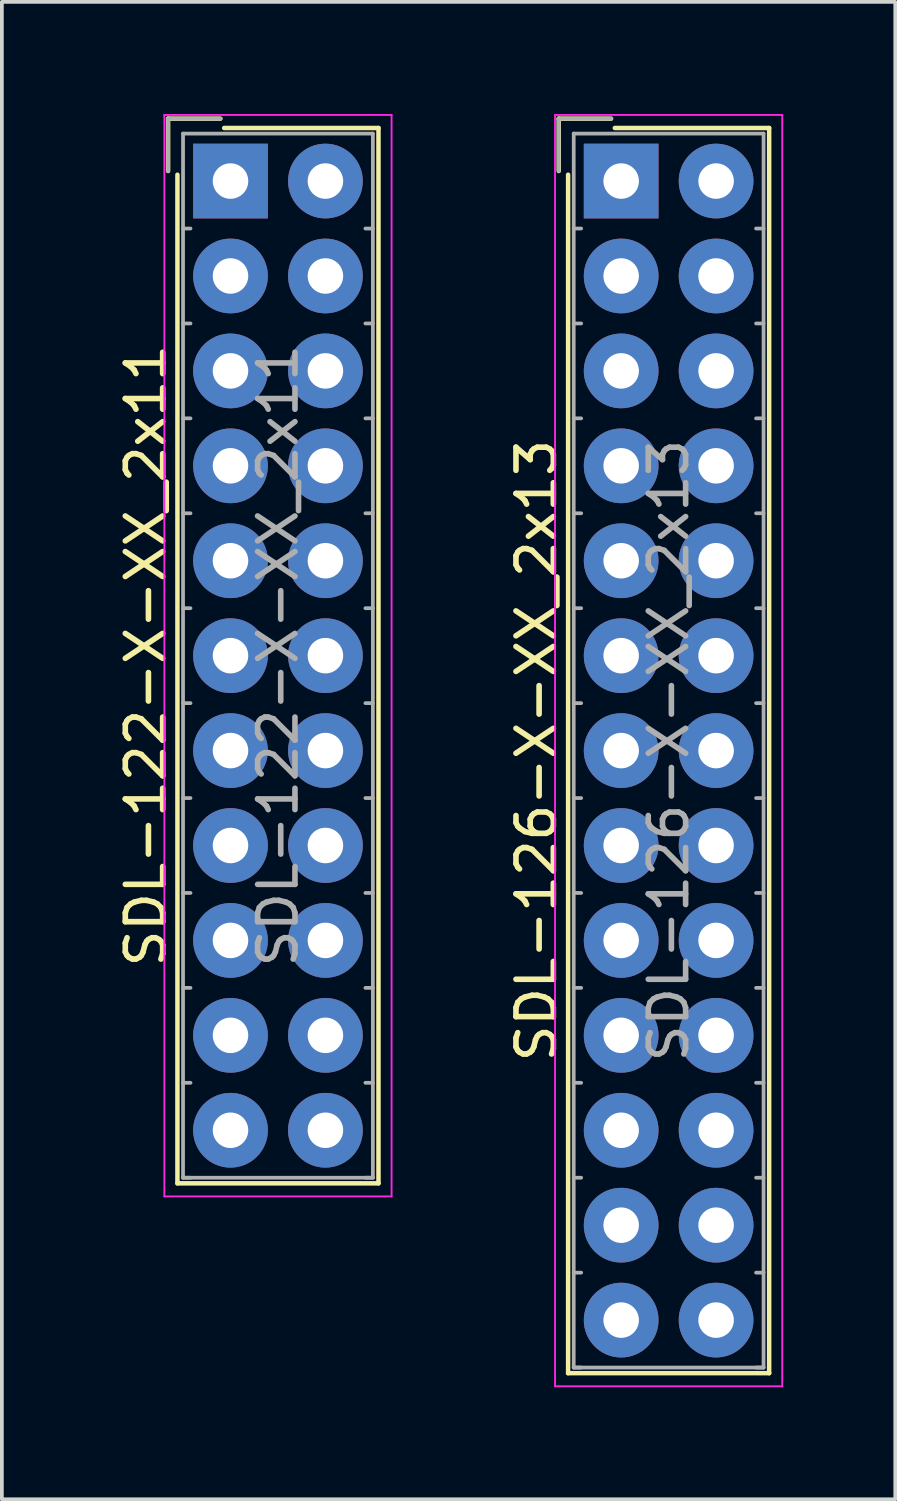
<source format=kicad_pcb>
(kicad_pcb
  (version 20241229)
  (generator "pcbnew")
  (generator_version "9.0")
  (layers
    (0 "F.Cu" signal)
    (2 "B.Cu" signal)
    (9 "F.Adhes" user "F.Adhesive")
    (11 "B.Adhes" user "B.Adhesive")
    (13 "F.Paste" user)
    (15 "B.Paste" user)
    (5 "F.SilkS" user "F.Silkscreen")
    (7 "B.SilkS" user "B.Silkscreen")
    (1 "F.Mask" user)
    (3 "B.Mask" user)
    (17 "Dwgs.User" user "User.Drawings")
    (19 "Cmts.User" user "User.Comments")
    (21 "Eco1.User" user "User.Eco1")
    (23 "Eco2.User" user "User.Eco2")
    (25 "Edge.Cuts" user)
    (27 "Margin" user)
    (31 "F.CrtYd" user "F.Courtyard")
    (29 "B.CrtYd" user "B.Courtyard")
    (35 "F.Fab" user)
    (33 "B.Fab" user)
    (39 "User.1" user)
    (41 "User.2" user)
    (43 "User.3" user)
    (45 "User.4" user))
  (footprint "SDL-122-X-XX_2x11"
    (layer "F.Cu")
    (at 3.118 1.795)
    (property "Reference" "SDL-122-X-XX_2x11" (at -2.27 12.7 90) (layer "F.SilkS") (effects (font (size 1 1) (thickness 0.15))))
    (attr through_hole)
    (fp_line (start -1.67 -1.67) (end -1.67 -0.27) (stroke (width 0.12) (type solid)) (layer "F.SilkS"))
    (fp_line (start -1.42 26.82) (end -1.42 -0.17) (stroke (width 0.12) (type solid)) (layer "F.SilkS"))
    (fp_line (start -0.27 -1.67) (end -1.67 -1.67) (stroke (width 0.12) (type solid)) (layer "F.SilkS"))
    (fp_line (start -0.17 -1.42) (end 3.96 -1.42) (stroke (width 0.12) (type solid)) (layer "F.SilkS"))
    (fp_line (start 3.96 -1.42) (end 3.96 26.82) (stroke (width 0.12) (type solid)) (layer "F.SilkS"))
    (fp_line (start 3.96 26.82) (end -1.42 26.82) (stroke (width 0.12) (type solid)) (layer "F.SilkS"))
    (fp_line (start -1.77 -1.77) (end -1.77 27.17) (stroke (width 0.05) (type solid)) (layer "F.CrtYd"))
    (fp_line (start -1.77 27.17) (end 4.31 27.17) (stroke (width 0.05) (type solid)) (layer "F.CrtYd"))
    (fp_line (start 4.31 -1.77) (end -1.77 -1.77) (stroke (width 0.05) (type solid)) (layer "F.CrtYd"))
    (fp_line (start 4.31 27.17) (end 4.31 -1.77) (stroke (width 0.05) (type solid)) (layer "F.CrtYd"))
    (fp_line (start -1.67 -1.67) (end -1.67 -0.27) (stroke (width 0.1) (type solid)) (layer "F.Fab"))
    (fp_line (start -1.27 -1.27) (end -1.27 26.67) (stroke (width 0.1) (type solid)) (layer "F.Fab"))
    (fp_line (start -1.27 1.27) (end -1.07 1.27) (stroke (width 0.1) (type solid)) (layer "F.Fab"))
    (fp_line (start -1.27 3.81) (end -1.07 3.81) (stroke (width 0.1) (type solid)) (layer "F.Fab"))
    (fp_line (start -1.27 6.35) (end -1.07 6.35) (stroke (width 0.1) (type solid)) (layer "F.Fab"))
    (fp_line (start -1.27 8.89) (end -1.07 8.89) (stroke (width 0.1) (type solid)) (layer "F.Fab"))
    (fp_line (start -1.27 11.43) (end -1.07 11.43) (stroke (width 0.1) (type solid)) (layer "F.Fab"))
    (fp_line (start -1.27 13.97) (end -1.07 13.97) (stroke (width 0.1) (type solid)) (layer "F.Fab"))
    (fp_line (start -1.27 16.51) (end -1.07 16.51) (stroke (width 0.1) (type solid)) (layer "F.Fab"))
    (fp_line (start -1.27 19.05) (end -1.07 19.05) (stroke (width 0.1) (type solid)) (layer "F.Fab"))
    (fp_line (start -1.27 21.59) (end -1.07 21.59) (stroke (width 0.1) (type solid)) (layer "F.Fab"))
    (fp_line (start -1.27 24.13) (end -1.07 24.13) (stroke (width 0.1) (type solid)) (layer "F.Fab"))
    (fp_line (start -1.27 26.67) (end -1.07 26.67) (stroke (width 0.1) (type solid)) (layer "F.Fab"))
    (fp_line (start -1.27 26.67) (end 3.81 26.67) (stroke (width 0.1) (type solid)) (layer "F.Fab"))
    (fp_line (start -0.27 -1.67) (end -1.67 -1.67) (stroke (width 0.1) (type solid)) (layer "F.Fab"))
    (fp_line (start 3.81 -1.27) (end -1.27 -1.27) (stroke (width 0.1) (type solid)) (layer "F.Fab"))
    (fp_line (start 3.81 1.27) (end 3.61 1.27) (stroke (width 0.1) (type solid)) (layer "F.Fab"))
    (fp_line (start 3.81 3.81) (end 3.61 3.81) (stroke (width 0.1) (type solid)) (layer "F.Fab"))
    (fp_line (start 3.81 6.35) (end 3.61 6.35) (stroke (width 0.1) (type solid)) (layer "F.Fab"))
    (fp_line (start 3.81 8.89) (end 3.61 8.89) (stroke (width 0.1) (type solid)) (layer "F.Fab"))
    (fp_line (start 3.81 11.43) (end 3.61 11.43) (stroke (width 0.1) (type solid)) (layer "F.Fab"))
    (fp_line (start 3.81 13.97) (end 3.61 13.97) (stroke (width 0.1) (type solid)) (layer "F.Fab"))
    (fp_line (start 3.81 16.51) (end 3.61 16.51) (stroke (width 0.1) (type solid)) (layer "F.Fab"))
    (fp_line (start 3.81 19.05) (end 3.61 19.05) (stroke (width 0.1) (type solid)) (layer "F.Fab"))
    (fp_line (start 3.81 21.59) (end 3.61 21.59) (stroke (width 0.1) (type solid)) (layer "F.Fab"))
    (fp_line (start 3.81 24.13) (end 3.61 24.13) (stroke (width 0.1) (type solid)) (layer "F.Fab"))
    (fp_line (start 3.81 26.67) (end 3.61 26.67) (stroke (width 0.1) (type solid)) (layer "F.Fab"))
    (fp_line (start 3.81 26.67) (end 3.81 -1.27) (stroke (width 0.1) (type solid)) (layer "F.Fab"))
    (fp_text user "${REFERENCE}" (at 1.27 12.7 90) (layer "F.Fab") (effects (font (size 1 1) (thickness 0.15))))
    (pad "1" thru_hole rect (at 0 0) (size 2 2) (drill 0.95) (layers "*.Cu" "*.Mask"))
    (pad "2" thru_hole circle (at 2.54 0) (size 2 2) (drill 0.95) (layers "*.Cu" "*.Mask"))
    (pad "3" thru_hole circle (at 0 2.54) (size 2 2) (drill 0.95) (layers "*.Cu" "*.Mask"))
    (pad "4" thru_hole circle (at 2.54 2.54) (size 2 2) (drill 0.95) (layers "*.Cu" "*.Mask"))
    (pad "5" thru_hole circle (at 0 5.08) (size 2 2) (drill 0.95) (layers "*.Cu" "*.Mask"))
    (pad "6" thru_hole circle (at 2.54 5.08) (size 2 2) (drill 0.95) (layers "*.Cu" "*.Mask"))
    (pad "7" thru_hole circle (at 0 7.62) (size 2 2) (drill 0.95) (layers "*.Cu" "*.Mask"))
    (pad "8" thru_hole circle (at 2.54 7.62) (size 2 2) (drill 0.95) (layers "*.Cu" "*.Mask"))
    (pad "9" thru_hole circle (at 0 10.16) (size 2 2) (drill 0.95) (layers "*.Cu" "*.Mask"))
    (pad "10" thru_hole circle (at 2.54 10.16) (size 2 2) (drill 0.95) (layers "*.Cu" "*.Mask"))
    (pad "11" thru_hole circle (at 0 12.7) (size 2 2) (drill 0.95) (layers "*.Cu" "*.Mask"))
    (pad "12" thru_hole circle (at 2.54 12.7) (size 2 2) (drill 0.95) (layers "*.Cu" "*.Mask"))
    (pad "13" thru_hole circle (at 0 15.24) (size 2 2) (drill 0.95) (layers "*.Cu" "*.Mask"))
    (pad "14" thru_hole circle (at 2.54 15.24) (size 2 2) (drill 0.95) (layers "*.Cu" "*.Mask"))
    (pad "15" thru_hole circle (at 0 17.78) (size 2 2) (drill 0.95) (layers "*.Cu" "*.Mask"))
    (pad "16" thru_hole circle (at 2.54 17.78) (size 2 2) (drill 0.95) (layers "*.Cu" "*.Mask"))
    (pad "17" thru_hole circle (at 0 20.32) (size 2 2) (drill 0.95) (layers "*.Cu" "*.Mask"))
    (pad "18" thru_hole circle (at 2.54 20.32) (size 2 2) (drill 0.95) (layers "*.Cu" "*.Mask"))
    (pad "19" thru_hole circle (at 0 22.86) (size 2 2) (drill 0.95) (layers "*.Cu" "*.Mask"))
    (pad "20" thru_hole circle (at 2.54 22.86) (size 2 2) (drill 0.95) (layers "*.Cu" "*.Mask"))
    (pad "21" thru_hole circle (at 0 25.4) (size 2 2) (drill 0.95) (layers "*.Cu" "*.Mask"))
    (pad "22" thru_hole circle (at 2.54 25.4) (size 2 2) (drill 0.95) (layers "*.Cu" "*.Mask")))
  (footprint "SDL-126-X-XX_2x13"
    (layer "F.Cu")
    (at 13.572 1.795)
    (property "Reference" "SDL-126-X-XX_2x13" (at -2.27 15.24 90) (layer "F.SilkS") (effects (font (size 1 1) (thickness 0.15))))
    (attr through_hole)
    (fp_line (start -1.67 -1.67) (end -1.67 -0.27) (stroke (width 0.12) (type solid)) (layer "F.SilkS"))
    (fp_line (start -1.42 31.9) (end -1.42 -0.17) (stroke (width 0.12) (type solid)) (layer "F.SilkS"))
    (fp_line (start -0.27 -1.67) (end -1.67 -1.67) (stroke (width 0.12) (type solid)) (layer "F.SilkS"))
    (fp_line (start -0.17 -1.42) (end 3.96 -1.42) (stroke (width 0.12) (type solid)) (layer "F.SilkS"))
    (fp_line (start 3.96 -1.42) (end 3.96 31.9) (stroke (width 0.12) (type solid)) (layer "F.SilkS"))
    (fp_line (start 3.96 31.9) (end -1.42 31.9) (stroke (width 0.12) (type solid)) (layer "F.SilkS"))
    (fp_line (start -1.77 -1.77) (end -1.77 32.25) (stroke (width 0.05) (type solid)) (layer "F.CrtYd"))
    (fp_line (start -1.77 32.25) (end 4.31 32.25) (stroke (width 0.05) (type solid)) (layer "F.CrtYd"))
    (fp_line (start 4.31 -1.77) (end -1.77 -1.77) (stroke (width 0.05) (type solid)) (layer "F.CrtYd"))
    (fp_line (start 4.31 32.25) (end 4.31 -1.77) (stroke (width 0.05) (type solid)) (layer "F.CrtYd"))
    (fp_line (start -1.67 -1.67) (end -1.67 -0.27) (stroke (width 0.1) (type solid)) (layer "F.Fab"))
    (fp_line (start -1.27 -1.27) (end -1.27 31.75) (stroke (width 0.1) (type solid)) (layer "F.Fab"))
    (fp_line (start -1.27 1.27) (end -1.07 1.27) (stroke (width 0.1) (type solid)) (layer "F.Fab"))
    (fp_line (start -1.27 3.81) (end -1.07 3.81) (stroke (width 0.1) (type solid)) (layer "F.Fab"))
    (fp_line (start -1.27 6.35) (end -1.07 6.35) (stroke (width 0.1) (type solid)) (layer "F.Fab"))
    (fp_line (start -1.27 8.89) (end -1.07 8.89) (stroke (width 0.1) (type solid)) (layer "F.Fab"))
    (fp_line (start -1.27 11.43) (end -1.07 11.43) (stroke (width 0.1) (type solid)) (layer "F.Fab"))
    (fp_line (start -1.27 13.97) (end -1.07 13.97) (stroke (width 0.1) (type solid)) (layer "F.Fab"))
    (fp_line (start -1.27 16.51) (end -1.07 16.51) (stroke (width 0.1) (type solid)) (layer "F.Fab"))
    (fp_line (start -1.27 19.05) (end -1.07 19.05) (stroke (width 0.1) (type solid)) (layer "F.Fab"))
    (fp_line (start -1.27 21.59) (end -1.07 21.59) (stroke (width 0.1) (type solid)) (layer "F.Fab"))
    (fp_line (start -1.27 24.13) (end -1.07 24.13) (stroke (width 0.1) (type solid)) (layer "F.Fab"))
    (fp_line (start -1.27 26.67) (end -1.07 26.67) (stroke (width 0.1) (type solid)) (layer "F.Fab"))
    (fp_line (start -1.27 29.21) (end -1.07 29.21) (stroke (width 0.1) (type solid)) (layer "F.Fab"))
    (fp_line (start -1.27 31.75) (end -1.07 31.75) (stroke (width 0.1) (type solid)) (layer "F.Fab"))
    (fp_line (start -1.27 31.75) (end 3.81 31.75) (stroke (width 0.1) (type solid)) (layer "F.Fab"))
    (fp_line (start -0.27 -1.67) (end -1.67 -1.67) (stroke (width 0.1) (type solid)) (layer "F.Fab"))
    (fp_line (start 3.81 -1.27) (end -1.27 -1.27) (stroke (width 0.1) (type solid)) (layer "F.Fab"))
    (fp_line (start 3.81 1.27) (end 3.61 1.27) (stroke (width 0.1) (type solid)) (layer "F.Fab"))
    (fp_line (start 3.81 3.81) (end 3.61 3.81) (stroke (width 0.1) (type solid)) (layer "F.Fab"))
    (fp_line (start 3.81 6.35) (end 3.61 6.35) (stroke (width 0.1) (type solid)) (layer "F.Fab"))
    (fp_line (start 3.81 8.89) (end 3.61 8.89) (stroke (width 0.1) (type solid)) (layer "F.Fab"))
    (fp_line (start 3.81 11.43) (end 3.61 11.43) (stroke (width 0.1) (type solid)) (layer "F.Fab"))
    (fp_line (start 3.81 13.97) (end 3.61 13.97) (stroke (width 0.1) (type solid)) (layer "F.Fab"))
    (fp_line (start 3.81 16.51) (end 3.61 16.51) (stroke (width 0.1) (type solid)) (layer "F.Fab"))
    (fp_line (start 3.81 19.05) (end 3.61 19.05) (stroke (width 0.1) (type solid)) (layer "F.Fab"))
    (fp_line (start 3.81 21.59) (end 3.61 21.59) (stroke (width 0.1) (type solid)) (layer "F.Fab"))
    (fp_line (start 3.81 24.13) (end 3.61 24.13) (stroke (width 0.1) (type solid)) (layer "F.Fab"))
    (fp_line (start 3.81 26.67) (end 3.61 26.67) (stroke (width 0.1) (type solid)) (layer "F.Fab"))
    (fp_line (start 3.81 29.21) (end 3.61 29.21) (stroke (width 0.1) (type solid)) (layer "F.Fab"))
    (fp_line (start 3.81 31.75) (end 3.61 31.75) (stroke (width 0.1) (type solid)) (layer "F.Fab"))
    (fp_line (start 3.81 31.75) (end 3.81 -1.27) (stroke (width 0.1) (type solid)) (layer "F.Fab"))
    (fp_text user "${REFERENCE}" (at 1.27 15.24 90) (layer "F.Fab") (effects (font (size 1 1) (thickness 0.15))))
    (pad "1" thru_hole rect (at 0 0) (size 2 2) (drill 0.95) (layers "*.Cu" "*.Mask"))
    (pad "2" thru_hole circle (at 2.54 0) (size 2 2) (drill 0.95) (layers "*.Cu" "*.Mask"))
    (pad "3" thru_hole circle (at 0 2.54) (size 2 2) (drill 0.95) (layers "*.Cu" "*.Mask"))
    (pad "4" thru_hole circle (at 2.54 2.54) (size 2 2) (drill 0.95) (layers "*.Cu" "*.Mask"))
    (pad "5" thru_hole circle (at 0 5.08) (size 2 2) (drill 0.95) (layers "*.Cu" "*.Mask"))
    (pad "6" thru_hole circle (at 2.54 5.08) (size 2 2) (drill 0.95) (layers "*.Cu" "*.Mask"))
    (pad "7" thru_hole circle (at 0 7.62) (size 2 2) (drill 0.95) (layers "*.Cu" "*.Mask"))
    (pad "8" thru_hole circle (at 2.54 7.62) (size 2 2) (drill 0.95) (layers "*.Cu" "*.Mask"))
    (pad "9" thru_hole circle (at 0 10.16) (size 2 2) (drill 0.95) (layers "*.Cu" "*.Mask"))
    (pad "10" thru_hole circle (at 2.54 10.16) (size 2 2) (drill 0.95) (layers "*.Cu" "*.Mask"))
    (pad "11" thru_hole circle (at 0 12.7) (size 2 2) (drill 0.95) (layers "*.Cu" "*.Mask"))
    (pad "12" thru_hole circle (at 2.54 12.7) (size 2 2) (drill 0.95) (layers "*.Cu" "*.Mask"))
    (pad "13" thru_hole circle (at 0 15.24) (size 2 2) (drill 0.95) (layers "*.Cu" "*.Mask"))
    (pad "14" thru_hole circle (at 2.54 15.24) (size 2 2) (drill 0.95) (layers "*.Cu" "*.Mask"))
    (pad "15" thru_hole circle (at 0 17.78) (size 2 2) (drill 0.95) (layers "*.Cu" "*.Mask"))
    (pad "16" thru_hole circle (at 2.54 17.78) (size 2 2) (drill 0.95) (layers "*.Cu" "*.Mask"))
    (pad "17" thru_hole circle (at 0 20.32) (size 2 2) (drill 0.95) (layers "*.Cu" "*.Mask"))
    (pad "18" thru_hole circle (at 2.54 20.32) (size 2 2) (drill 0.95) (layers "*.Cu" "*.Mask"))
    (pad "19" thru_hole circle (at 0 22.86) (size 2 2) (drill 0.95) (layers "*.Cu" "*.Mask"))
    (pad "20" thru_hole circle (at 2.54 22.86) (size 2 2) (drill 0.95) (layers "*.Cu" "*.Mask"))
    (pad "21" thru_hole circle (at 0 25.4) (size 2 2) (drill 0.95) (layers "*.Cu" "*.Mask"))
    (pad "22" thru_hole circle (at 2.54 25.4) (size 2 2) (drill 0.95) (layers "*.Cu" "*.Mask"))
    (pad "23" thru_hole circle (at 0 27.94) (size 2 2) (drill 0.95) (layers "*.Cu" "*.Mask"))
    (pad "24" thru_hole circle (at 2.54 27.94) (size 2 2) (drill 0.95) (layers "*.Cu" "*.Mask"))
    (pad "25" thru_hole circle (at 0 30.48) (size 2 2) (drill 0.95) (layers "*.Cu" "*.Mask"))
    (pad "26" thru_hole circle (at 2.54 30.48) (size 2 2) (drill 0.95) (layers "*.Cu" "*.Mask")))
  (gr_rect
    (start -3 -3)
    (end 20.907 37.07)
    (stroke (width 0.1) (type default))
    (fill no)
    (layer "Edge.Cuts")))
</source>
